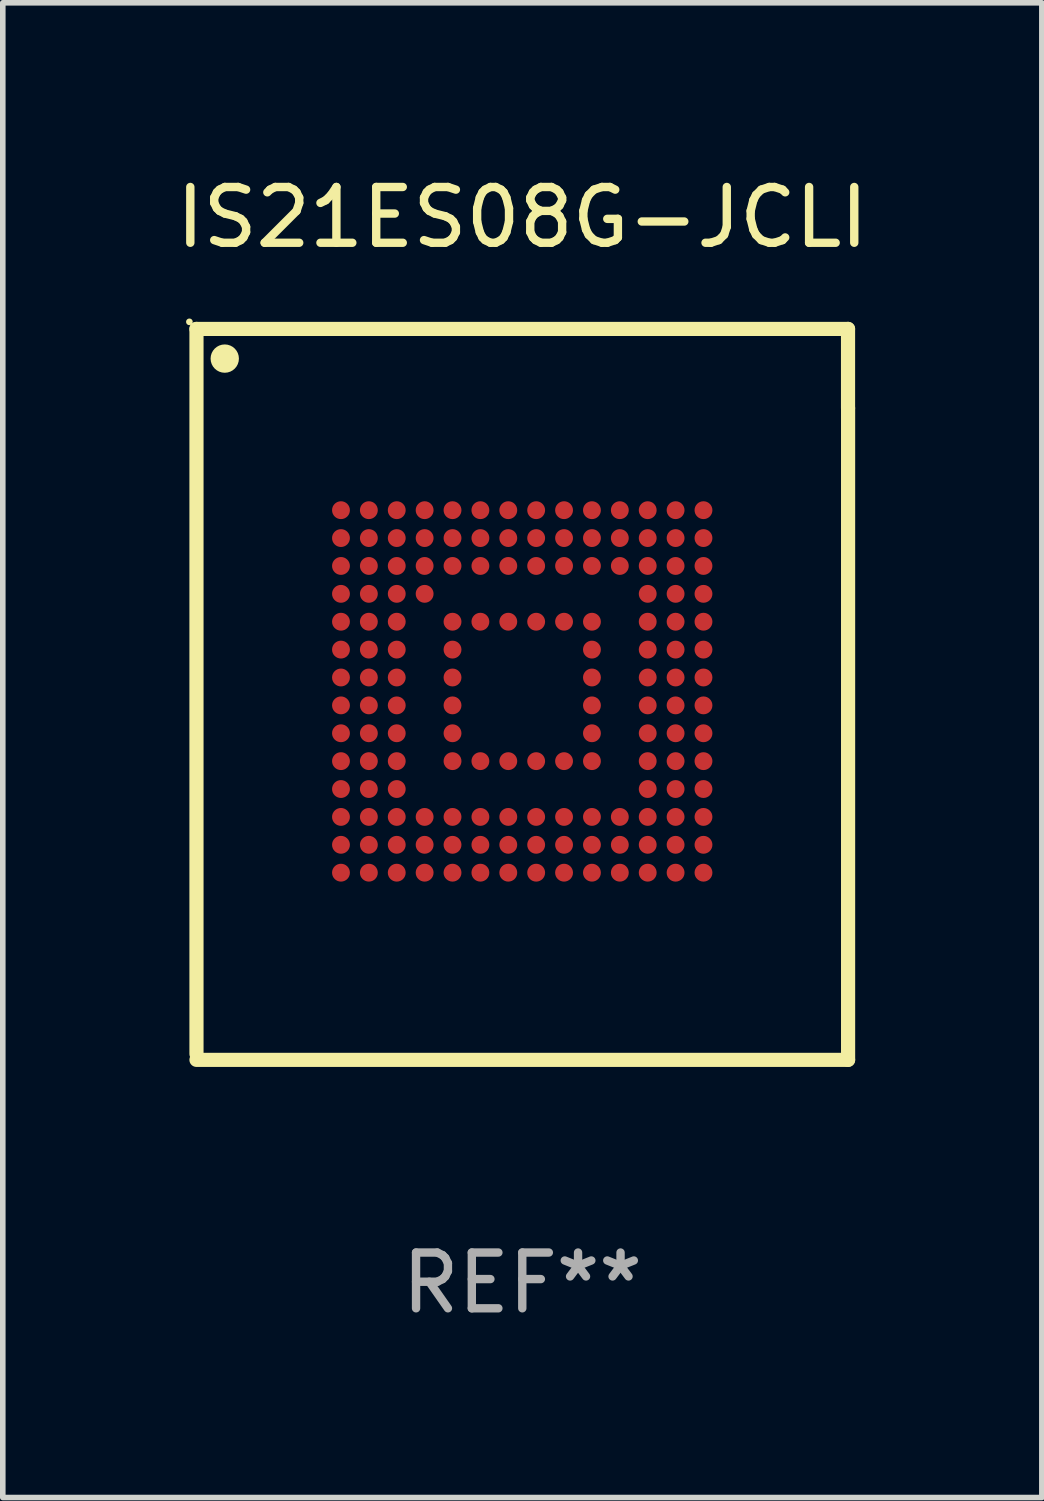
<source format=kicad_pcb>
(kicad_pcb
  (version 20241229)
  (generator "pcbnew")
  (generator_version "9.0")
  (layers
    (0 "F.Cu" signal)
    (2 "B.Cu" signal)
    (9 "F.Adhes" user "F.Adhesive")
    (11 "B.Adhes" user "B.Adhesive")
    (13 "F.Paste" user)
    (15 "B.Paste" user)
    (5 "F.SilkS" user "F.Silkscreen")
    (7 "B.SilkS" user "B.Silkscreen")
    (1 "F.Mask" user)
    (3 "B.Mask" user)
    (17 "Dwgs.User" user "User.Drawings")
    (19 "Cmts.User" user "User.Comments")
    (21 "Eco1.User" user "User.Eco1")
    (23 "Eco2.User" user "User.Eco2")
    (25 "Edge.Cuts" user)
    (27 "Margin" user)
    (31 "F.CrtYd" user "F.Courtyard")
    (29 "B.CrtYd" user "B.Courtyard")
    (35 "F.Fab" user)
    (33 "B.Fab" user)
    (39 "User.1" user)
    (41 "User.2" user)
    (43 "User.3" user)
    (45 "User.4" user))
  (footprint "IS21ES08G-JCLI"
    (layer "F.Cu")
    (at 6.315 9.401)
    (property "Reference" "IS21ES08G-JCLI" (at 0 -8.553 0) (layer "F.SilkS") (effects (font (size 1 1) (thickness 0.15))))
    (attr through_hole)
    (fp_line (start -5.842 -6.553) (end 5.841 -6.553) (stroke (width 0.254) (type solid)) (layer "F.SilkS"))
    (fp_line (start -5.842 6.447) (end -5.842 -6.553) (stroke (width 0.254) (type solid)) (layer "F.SilkS"))
    (fp_line (start -5.842 6.553) (end 5.842 6.553) (stroke (width 0.254) (type solid)) (layer "F.SilkS"))
    (fp_line (start 5.841 -6.553) (end 5.841 -5.131) (stroke (width 0.254) (type solid)) (layer "F.SilkS"))
    (fp_line (start 5.842 6.553) (end 5.842 -5.131) (stroke (width 0.254) (type solid)) (layer "F.SilkS"))
    (fp_circle (center -5.969 -6.68) (end -5.939 -6.68) (stroke (width 0.06) (type solid)) (fill no) (layer "F.SilkS"))
    (fp_circle (center -5.335 -6.021) (end -5.208 -6.021) (stroke (width 0.254) (type solid)) (fill no) (layer "F.SilkS"))
    (fp_text user "REF**" (at 0 10.553 0) (layer "F.Fab") (effects (font (size 1 1) (thickness 0.15))))
    (pad "A1" smd circle (at -3.251 -3.303) (size 0.32 0.32) (layers "F.Cu" "F.Mask" "F.Paste"))
    (pad "A2" smd circle (at -2.751 -3.303) (size 0.32 0.32) (layers "F.Cu" "F.Mask" "F.Paste"))
    (pad "A3" smd circle (at -2.251 -3.303) (size 0.32 0.32) (layers "F.Cu" "F.Mask" "F.Paste"))
    (pad "A4" smd circle (at -1.751 -3.303) (size 0.32 0.32) (layers "F.Cu" "F.Mask" "F.Paste"))
    (pad "A5" smd circle (at -1.251 -3.303) (size 0.32 0.32) (layers "F.Cu" "F.Mask" "F.Paste"))
    (pad "A6" smd circle (at -0.751 -3.303) (size 0.32 0.32) (layers "F.Cu" "F.Mask" "F.Paste"))
    (pad "A7" smd circle (at -0.251 -3.303) (size 0.32 0.32) (layers "F.Cu" "F.Mask" "F.Paste"))
    (pad "A8" smd circle (at 0.249 -3.303) (size 0.32 0.32) (layers "F.Cu" "F.Mask" "F.Paste"))
    (pad "A9" smd circle (at 0.749 -3.303) (size 0.32 0.32) (layers "F.Cu" "F.Mask" "F.Paste"))
    (pad "A10" smd circle (at 1.249 -3.303) (size 0.32 0.32) (layers "F.Cu" "F.Mask" "F.Paste"))
    (pad "A11" smd circle (at 1.749 -3.303) (size 0.32 0.32) (layers "F.Cu" "F.Mask" "F.Paste"))
    (pad "A12" smd circle (at 2.249 -3.303) (size 0.32 0.32) (layers "F.Cu" "F.Mask" "F.Paste"))
    (pad "A13" smd circle (at 2.749 -3.303) (size 0.32 0.32) (layers "F.Cu" "F.Mask" "F.Paste"))
    (pad "A14" smd circle (at 3.249 -3.303) (size 0.32 0.32) (layers "F.Cu" "F.Mask" "F.Paste"))
    (pad "B1" smd circle (at -3.251 -2.803) (size 0.32 0.32) (layers "F.Cu" "F.Mask" "F.Paste"))
    (pad "B2" smd circle (at -2.751 -2.803) (size 0.32 0.32) (layers "F.Cu" "F.Mask" "F.Paste"))
    (pad "B3" smd circle (at -2.251 -2.803) (size 0.32 0.32) (layers "F.Cu" "F.Mask" "F.Paste"))
    (pad "B4" smd circle (at -1.751 -2.803) (size 0.32 0.32) (layers "F.Cu" "F.Mask" "F.Paste"))
    (pad "B5" smd circle (at -1.251 -2.803) (size 0.32 0.32) (layers "F.Cu" "F.Mask" "F.Paste"))
    (pad "B6" smd circle (at -0.751 -2.803) (size 0.32 0.32) (layers "F.Cu" "F.Mask" "F.Paste"))
    (pad "B7" smd circle (at -0.251 -2.803) (size 0.32 0.32) (layers "F.Cu" "F.Mask" "F.Paste"))
    (pad "B8" smd circle (at 0.249 -2.803) (size 0.32 0.32) (layers "F.Cu" "F.Mask" "F.Paste"))
    (pad "B9" smd circle (at 0.749 -2.803) (size 0.32 0.32) (layers "F.Cu" "F.Mask" "F.Paste"))
    (pad "B10" smd circle (at 1.249 -2.803) (size 0.32 0.32) (layers "F.Cu" "F.Mask" "F.Paste"))
    (pad "B11" smd circle (at 1.749 -2.803) (size 0.32 0.32) (layers "F.Cu" "F.Mask" "F.Paste"))
    (pad "B12" smd circle (at 2.249 -2.803) (size 0.32 0.32) (layers "F.Cu" "F.Mask" "F.Paste"))
    (pad "B13" smd circle (at 2.749 -2.803) (size 0.32 0.32) (layers "F.Cu" "F.Mask" "F.Paste"))
    (pad "B14" smd circle (at 3.249 -2.803) (size 0.32 0.32) (layers "F.Cu" "F.Mask" "F.Paste"))
    (pad "C1" smd circle (at -3.251 -2.303) (size 0.32 0.32) (layers "F.Cu" "F.Mask" "F.Paste"))
    (pad "C2" smd circle (at -2.751 -2.303) (size 0.32 0.32) (layers "F.Cu" "F.Mask" "F.Paste"))
    (pad "C3" smd circle (at -2.251 -2.303) (size 0.32 0.32) (layers "F.Cu" "F.Mask" "F.Paste"))
    (pad "C4" smd circle (at -1.751 -2.303) (size 0.32 0.32) (layers "F.Cu" "F.Mask" "F.Paste"))
    (pad "C5" smd circle (at -1.251 -2.303) (size 0.32 0.32) (layers "F.Cu" "F.Mask" "F.Paste"))
    (pad "C6" smd circle (at -0.751 -2.303) (size 0.32 0.32) (layers "F.Cu" "F.Mask" "F.Paste"))
    (pad "C7" smd circle (at -0.251 -2.303) (size 0.32 0.32) (layers "F.Cu" "F.Mask" "F.Paste"))
    (pad "C8" smd circle (at 0.249 -2.303) (size 0.32 0.32) (layers "F.Cu" "F.Mask" "F.Paste"))
    (pad "C9" smd circle (at 0.749 -2.303) (size 0.32 0.32) (layers "F.Cu" "F.Mask" "F.Paste"))
    (pad "C10" smd circle (at 1.249 -2.303) (size 0.32 0.32) (layers "F.Cu" "F.Mask" "F.Paste"))
    (pad "C11" smd circle (at 1.749 -2.303) (size 0.32 0.32) (layers "F.Cu" "F.Mask" "F.Paste"))
    (pad "C12" smd circle (at 2.249 -2.303) (size 0.32 0.32) (layers "F.Cu" "F.Mask" "F.Paste"))
    (pad "C13" smd circle (at 2.749 -2.303) (size 0.32 0.32) (layers "F.Cu" "F.Mask" "F.Paste"))
    (pad "C14" smd circle (at 3.249 -2.303) (size 0.32 0.32) (layers "F.Cu" "F.Mask" "F.Paste"))
    (pad "D1" smd circle (at -3.251 -1.803) (size 0.32 0.32) (layers "F.Cu" "F.Mask" "F.Paste"))
    (pad "D2" smd circle (at -2.751 -1.803) (size 0.32 0.32) (layers "F.Cu" "F.Mask" "F.Paste"))
    (pad "D3" smd circle (at -2.251 -1.803) (size 0.32 0.32) (layers "F.Cu" "F.Mask" "F.Paste"))
    (pad "D4" smd circle (at -1.751 -1.803) (size 0.32 0.32) (layers "F.Cu" "F.Mask" "F.Paste"))
    (pad "D12" smd circle (at 2.249 -1.803) (size 0.32 0.32) (layers "F.Cu" "F.Mask" "F.Paste"))
    (pad "D13" smd circle (at 2.749 -1.803) (size 0.32 0.32) (layers "F.Cu" "F.Mask" "F.Paste"))
    (pad "D14" smd circle (at 3.249 -1.803) (size 0.32 0.32) (layers "F.Cu" "F.Mask" "F.Paste"))
    (pad "E1" smd circle (at -3.251 -1.303) (size 0.32 0.32) (layers "F.Cu" "F.Mask" "F.Paste"))
    (pad "E2" smd circle (at -2.751 -1.303) (size 0.32 0.32) (layers "F.Cu" "F.Mask" "F.Paste"))
    (pad "E3" smd circle (at -2.251 -1.303) (size 0.32 0.32) (layers "F.Cu" "F.Mask" "F.Paste"))
    (pad "E5" smd circle (at -1.251 -1.303) (size 0.32 0.32) (layers "F.Cu" "F.Mask" "F.Paste"))
    (pad "E6" smd circle (at -0.751 -1.303) (size 0.32 0.32) (layers "F.Cu" "F.Mask" "F.Paste"))
    (pad "E7" smd circle (at -0.251 -1.303) (size 0.32 0.32) (layers "F.Cu" "F.Mask" "F.Paste"))
    (pad "E8" smd circle (at 0.249 -1.303) (size 0.32 0.32) (layers "F.Cu" "F.Mask" "F.Paste"))
    (pad "E9" smd circle (at 0.749 -1.303) (size 0.32 0.32) (layers "F.Cu" "F.Mask" "F.Paste"))
    (pad "E10" smd circle (at 1.249 -1.303) (size 0.32 0.32) (layers "F.Cu" "F.Mask" "F.Paste"))
    (pad "E12" smd circle (at 2.249 -1.303) (size 0.32 0.32) (layers "F.Cu" "F.Mask" "F.Paste"))
    (pad "E13" smd circle (at 2.749 -1.303) (size 0.32 0.32) (layers "F.Cu" "F.Mask" "F.Paste"))
    (pad "E14" smd circle (at 3.249 -1.303) (size 0.32 0.32) (layers "F.Cu" "F.Mask" "F.Paste"))
    (pad "F1" smd circle (at -3.251 -0.803) (size 0.32 0.32) (layers "F.Cu" "F.Mask" "F.Paste"))
    (pad "F2" smd circle (at -2.751 -0.803) (size 0.32 0.32) (layers "F.Cu" "F.Mask" "F.Paste"))
    (pad "F3" smd circle (at -2.251 -0.803) (size 0.32 0.32) (layers "F.Cu" "F.Mask" "F.Paste"))
    (pad "F5" smd circle (at -1.251 -0.803) (size 0.32 0.32) (layers "F.Cu" "F.Mask" "F.Paste"))
    (pad "F10" smd circle (at 1.249 -0.803) (size 0.32 0.32) (layers "F.Cu" "F.Mask" "F.Paste"))
    (pad "F12" smd circle (at 2.249 -0.803) (size 0.32 0.32) (layers "F.Cu" "F.Mask" "F.Paste"))
    (pad "F13" smd circle (at 2.749 -0.803) (size 0.32 0.32) (layers "F.Cu" "F.Mask" "F.Paste"))
    (pad "F14" smd circle (at 3.249 -0.803) (size 0.32 0.32) (layers "F.Cu" "F.Mask" "F.Paste"))
    (pad "G1" smd circle (at -3.251 -0.303) (size 0.32 0.32) (layers "F.Cu" "F.Mask" "F.Paste"))
    (pad "G2" smd circle (at -2.751 -0.303) (size 0.32 0.32) (layers "F.Cu" "F.Mask" "F.Paste"))
    (pad "G3" smd circle (at -2.251 -0.303) (size 0.32 0.32) (layers "F.Cu" "F.Mask" "F.Paste"))
    (pad "G5" smd circle (at -1.251 -0.303) (size 0.32 0.32) (layers "F.Cu" "F.Mask" "F.Paste"))
    (pad "G10" smd circle (at 1.249 -0.303) (size 0.32 0.32) (layers "F.Cu" "F.Mask" "F.Paste"))
    (pad "G12" smd circle (at 2.249 -0.303) (size 0.32 0.32) (layers "F.Cu" "F.Mask" "F.Paste"))
    (pad "G13" smd circle (at 2.749 -0.303) (size 0.32 0.32) (layers "F.Cu" "F.Mask" "F.Paste"))
    (pad "G14" smd circle (at 3.249 -0.303) (size 0.32 0.32) (layers "F.Cu" "F.Mask" "F.Paste"))
    (pad "H1" smd circle (at -3.251 0.197) (size 0.32 0.32) (layers "F.Cu" "F.Mask" "F.Paste"))
    (pad "H2" smd circle (at -2.751 0.197) (size 0.32 0.32) (layers "F.Cu" "F.Mask" "F.Paste"))
    (pad "H3" smd circle (at -2.251 0.197) (size 0.32 0.32) (layers "F.Cu" "F.Mask" "F.Paste"))
    (pad "H5" smd circle (at -1.251 0.197) (size 0.32 0.32) (layers "F.Cu" "F.Mask" "F.Paste"))
    (pad "H10" smd circle (at 1.249 0.197) (size 0.32 0.32) (layers "F.Cu" "F.Mask" "F.Paste"))
    (pad "H12" smd circle (at 2.249 0.197) (size 0.32 0.32) (layers "F.Cu" "F.Mask" "F.Paste"))
    (pad "H13" smd circle (at 2.749 0.197) (size 0.32 0.32) (layers "F.Cu" "F.Mask" "F.Paste"))
    (pad "H14" smd circle (at 3.249 0.197) (size 0.32 0.32) (layers "F.Cu" "F.Mask" "F.Paste"))
    (pad "J1" smd circle (at -3.251 0.697) (size 0.32 0.32) (layers "F.Cu" "F.Mask" "F.Paste"))
    (pad "J2" smd circle (at -2.751 0.697) (size 0.32 0.32) (layers "F.Cu" "F.Mask" "F.Paste"))
    (pad "J3" smd circle (at -2.251 0.697) (size 0.32 0.32) (layers "F.Cu" "F.Mask" "F.Paste"))
    (pad "J5" smd circle (at -1.251 0.697) (size 0.32 0.32) (layers "F.Cu" "F.Mask" "F.Paste"))
    (pad "J10" smd circle (at 1.249 0.697) (size 0.32 0.32) (layers "F.Cu" "F.Mask" "F.Paste"))
    (pad "J12" smd circle (at 2.249 0.697) (size 0.32 0.32) (layers "F.Cu" "F.Mask" "F.Paste"))
    (pad "J13" smd circle (at 2.749 0.697) (size 0.32 0.32) (layers "F.Cu" "F.Mask" "F.Paste"))
    (pad "J14" smd circle (at 3.249 0.697) (size 0.32 0.32) (layers "F.Cu" "F.Mask" "F.Paste"))
    (pad "K1" smd circle (at -3.251 1.197) (size 0.32 0.32) (layers "F.Cu" "F.Mask" "F.Paste"))
    (pad "K2" smd circle (at -2.751 1.197) (size 0.32 0.32) (layers "F.Cu" "F.Mask" "F.Paste"))
    (pad "K3" smd circle (at -2.251 1.197) (size 0.32 0.32) (layers "F.Cu" "F.Mask" "F.Paste"))
    (pad "K5" smd circle (at -1.251 1.197) (size 0.32 0.32) (layers "F.Cu" "F.Mask" "F.Paste"))
    (pad "K6" smd circle (at -0.751 1.197) (size 0.32 0.32) (layers "F.Cu" "F.Mask" "F.Paste"))
    (pad "K7" smd circle (at -0.251 1.197) (size 0.32 0.32) (layers "F.Cu" "F.Mask" "F.Paste"))
    (pad "K8" smd circle (at 0.249 1.197) (size 0.32 0.32) (layers "F.Cu" "F.Mask" "F.Paste"))
    (pad "K9" smd circle (at 0.749 1.197) (size 0.32 0.32) (layers "F.Cu" "F.Mask" "F.Paste"))
    (pad "K10" smd circle (at 1.249 1.197) (size 0.32 0.32) (layers "F.Cu" "F.Mask" "F.Paste"))
    (pad "K12" smd circle (at 2.249 1.197) (size 0.32 0.32) (layers "F.Cu" "F.Mask" "F.Paste"))
    (pad "K13" smd circle (at 2.749 1.197) (size 0.32 0.32) (layers "F.Cu" "F.Mask" "F.Paste"))
    (pad "K14" smd circle (at 3.249 1.197) (size 0.32 0.32) (layers "F.Cu" "F.Mask" "F.Paste"))
    (pad "L1" smd circle (at -3.251 1.697) (size 0.32 0.32) (layers "F.Cu" "F.Mask" "F.Paste"))
    (pad "L2" smd circle (at -2.751 1.697) (size 0.32 0.32) (layers "F.Cu" "F.Mask" "F.Paste"))
    (pad "L3" smd circle (at -2.251 1.697) (size 0.32 0.32) (layers "F.Cu" "F.Mask" "F.Paste"))
    (pad "L12" smd circle (at 2.249 1.697) (size 0.32 0.32) (layers "F.Cu" "F.Mask" "F.Paste"))
    (pad "L13" smd circle (at 2.749 1.697) (size 0.32 0.32) (layers "F.Cu" "F.Mask" "F.Paste"))
    (pad "L14" smd circle (at 3.249 1.697) (size 0.32 0.32) (layers "F.Cu" "F.Mask" "F.Paste"))
    (pad "M1" smd circle (at -3.251 2.197) (size 0.32 0.32) (layers "F.Cu" "F.Mask" "F.Paste"))
    (pad "M2" smd circle (at -2.751 2.197) (size 0.32 0.32) (layers "F.Cu" "F.Mask" "F.Paste"))
    (pad "M3" smd circle (at -2.251 2.197) (size 0.32 0.32) (layers "F.Cu" "F.Mask" "F.Paste"))
    (pad "M4" smd circle (at -1.751 2.197) (size 0.32 0.32) (layers "F.Cu" "F.Mask" "F.Paste"))
    (pad "M5" smd circle (at -1.251 2.197) (size 0.32 0.32) (layers "F.Cu" "F.Mask" "F.Paste"))
    (pad "M6" smd circle (at -0.751 2.197) (size 0.32 0.32) (layers "F.Cu" "F.Mask" "F.Paste"))
    (pad "M7" smd circle (at -0.251 2.197) (size 0.32 0.32) (layers "F.Cu" "F.Mask" "F.Paste"))
    (pad "M8" smd circle (at 0.249 2.197) (size 0.32 0.32) (layers "F.Cu" "F.Mask" "F.Paste"))
    (pad "M9" smd circle (at 0.749 2.197) (size 0.32 0.32) (layers "F.Cu" "F.Mask" "F.Paste"))
    (pad "M10" smd circle (at 1.249 2.197) (size 0.32 0.32) (layers "F.Cu" "F.Mask" "F.Paste"))
    (pad "M11" smd circle (at 1.749 2.197) (size 0.32 0.32) (layers "F.Cu" "F.Mask" "F.Paste"))
    (pad "M12" smd circle (at 2.249 2.197) (size 0.32 0.32) (layers "F.Cu" "F.Mask" "F.Paste"))
    (pad "M13" smd circle (at 2.749 2.197) (size 0.32 0.32) (layers "F.Cu" "F.Mask" "F.Paste"))
    (pad "M14" smd circle (at 3.249 2.197) (size 0.32 0.32) (layers "F.Cu" "F.Mask" "F.Paste"))
    (pad "N1" smd circle (at -3.251 2.697) (size 0.32 0.32) (layers "F.Cu" "F.Mask" "F.Paste"))
    (pad "N2" smd circle (at -2.751 2.697) (size 0.32 0.32) (layers "F.Cu" "F.Mask" "F.Paste"))
    (pad "N3" smd circle (at -2.251 2.697) (size 0.32 0.32) (layers "F.Cu" "F.Mask" "F.Paste"))
    (pad "N4" smd circle (at -1.751 2.697) (size 0.32 0.32) (layers "F.Cu" "F.Mask" "F.Paste"))
    (pad "N5" smd circle (at -1.251 2.697) (size 0.32 0.32) (layers "F.Cu" "F.Mask" "F.Paste"))
    (pad "N6" smd circle (at -0.751 2.697) (size 0.32 0.32) (layers "F.Cu" "F.Mask" "F.Paste"))
    (pad "N7" smd circle (at -0.251 2.697) (size 0.32 0.32) (layers "F.Cu" "F.Mask" "F.Paste"))
    (pad "N8" smd circle (at 0.249 2.697) (size 0.32 0.32) (layers "F.Cu" "F.Mask" "F.Paste"))
    (pad "N9" smd circle (at 0.749 2.697) (size 0.32 0.32) (layers "F.Cu" "F.Mask" "F.Paste"))
    (pad "N10" smd circle (at 1.249 2.697) (size 0.32 0.32) (layers "F.Cu" "F.Mask" "F.Paste"))
    (pad "N11" smd circle (at 1.749 2.697) (size 0.32 0.32) (layers "F.Cu" "F.Mask" "F.Paste"))
    (pad "N12" smd circle (at 2.249 2.697) (size 0.32 0.32) (layers "F.Cu" "F.Mask" "F.Paste"))
    (pad "N13" smd circle (at 2.749 2.697) (size 0.32 0.32) (layers "F.Cu" "F.Mask" "F.Paste"))
    (pad "N14" smd circle (at 3.249 2.697) (size 0.32 0.32) (layers "F.Cu" "F.Mask" "F.Paste"))
    (pad "P1" smd circle (at -3.251 3.197) (size 0.32 0.32) (layers "F.Cu" "F.Mask" "F.Paste"))
    (pad "P2" smd circle (at -2.751 3.197) (size 0.32 0.32) (layers "F.Cu" "F.Mask" "F.Paste"))
    (pad "P3" smd circle (at -2.251 3.197) (size 0.32 0.32) (layers "F.Cu" "F.Mask" "F.Paste"))
    (pad "P4" smd circle (at -1.751 3.197) (size 0.32 0.32) (layers "F.Cu" "F.Mask" "F.Paste"))
    (pad "P5" smd circle (at -1.251 3.197) (size 0.32 0.32) (layers "F.Cu" "F.Mask" "F.Paste"))
    (pad "P6" smd circle (at -0.751 3.197) (size 0.32 0.32) (layers "F.Cu" "F.Mask" "F.Paste"))
    (pad "P7" smd circle (at -0.251 3.197) (size 0.32 0.32) (layers "F.Cu" "F.Mask" "F.Paste"))
    (pad "P8" smd circle (at 0.249 3.197) (size 0.32 0.32) (layers "F.Cu" "F.Mask" "F.Paste"))
    (pad "P9" smd circle (at 0.749 3.197) (size 0.32 0.32) (layers "F.Cu" "F.Mask" "F.Paste"))
    (pad "P10" smd circle (at 1.249 3.197) (size 0.32 0.32) (layers "F.Cu" "F.Mask" "F.Paste"))
    (pad "P11" smd circle (at 1.749 3.197) (size 0.32 0.32) (layers "F.Cu" "F.Mask" "F.Paste"))
    (pad "P12" smd circle (at 2.249 3.197) (size 0.32 0.32) (layers "F.Cu" "F.Mask" "F.Paste"))
    (pad "P13" smd circle (at 2.749 3.197) (size 0.32 0.32) (layers "F.Cu" "F.Mask" "F.Paste"))
    (pad "P14" smd circle (at 3.249 3.197) (size 0.32 0.32) (layers "F.Cu" "F.Mask" "F.Paste")))
  (gr_rect
    (start -3 -3)
    (end 15.631 23.802)
    (stroke (width 0.1) (type default))
    (fill no)
    (layer "Edge.Cuts")))
</source>
